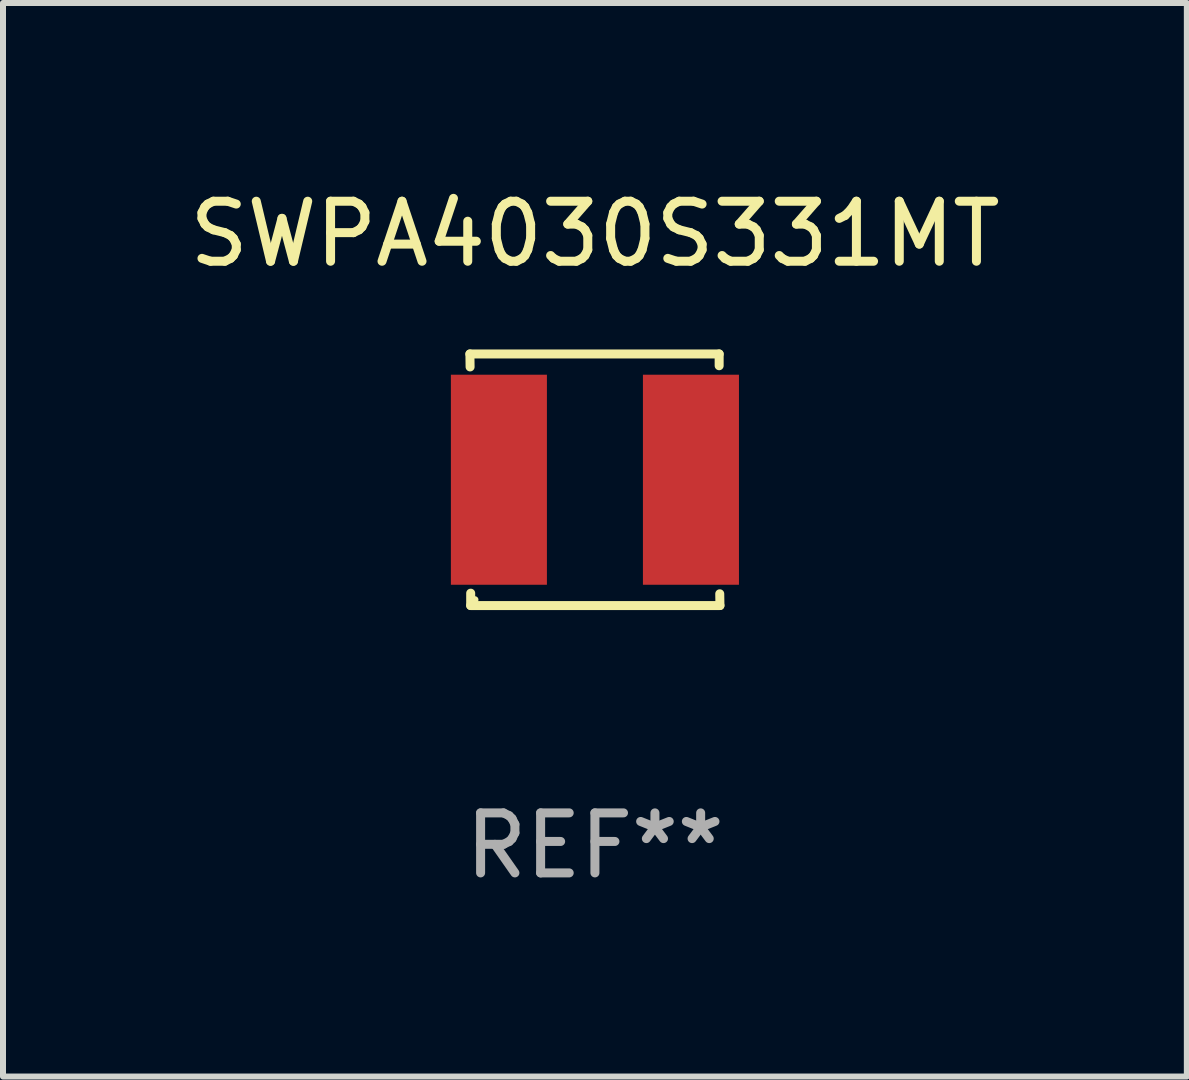
<source format=kicad_pcb>
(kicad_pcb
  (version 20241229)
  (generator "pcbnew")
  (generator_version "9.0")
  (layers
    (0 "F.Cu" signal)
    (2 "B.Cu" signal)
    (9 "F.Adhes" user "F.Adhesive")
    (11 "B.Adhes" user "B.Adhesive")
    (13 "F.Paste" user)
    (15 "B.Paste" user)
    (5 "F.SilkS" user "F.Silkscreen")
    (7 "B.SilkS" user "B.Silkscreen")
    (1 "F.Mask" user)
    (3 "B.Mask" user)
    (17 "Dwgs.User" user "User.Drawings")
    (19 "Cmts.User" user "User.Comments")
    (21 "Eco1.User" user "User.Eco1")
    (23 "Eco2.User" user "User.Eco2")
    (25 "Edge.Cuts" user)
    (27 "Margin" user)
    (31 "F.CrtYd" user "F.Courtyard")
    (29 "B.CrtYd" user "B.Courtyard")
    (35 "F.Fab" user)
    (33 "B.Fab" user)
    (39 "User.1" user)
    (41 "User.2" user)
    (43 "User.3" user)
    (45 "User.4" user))
  (footprint "SWPA4030S331MT"
    (layer "F.Cu")
    (at 6.863 4.944)
    (property "Reference" "SWPA4030S331MT" (at 0 -4.096 0) (layer "F.SilkS") (effects (font (size 1 1) (thickness 0.15))))
    (attr through_hole)
    (fp_line (start -2.083 -2.096) (end -2.08 -1.88) (stroke (width 0.15) (type solid)) (layer "F.SilkS"))
    (fp_line (start -2.07 1.89) (end -2.07 2.096) (stroke (width 0.15) (type solid)) (layer "F.SilkS"))
    (fp_line (start -2.07 2.096) (end 2.083 2.096) (stroke (width 0.15) (type solid)) (layer "F.SilkS"))
    (fp_line (start 2.07 -1.9) (end 2.07 -2.096) (stroke (width 0.15) (type solid)) (layer "F.SilkS"))
    (fp_line (start 2.07 -2.096) (end -2.083 -2.096) (stroke (width 0.15) (type solid)) (layer "F.SilkS"))
    (fp_line (start 2.083 2.096) (end 2.08 1.9) (stroke (width 0.15) (type solid)) (layer "F.SilkS"))
    (fp_circle (center -2 2) (end -1.97 2) (stroke (width 0.06) (type solid)) (fill no) (layer "F.SilkS"))
    (fp_text user "REF**" (at 0 6.096 0) (layer "F.Fab") (effects (font (size 1 1) (thickness 0.15))))
    (pad "1" smd rect (at -1.6 -0.000343) (size 1.6 3.5) (layers "F.Cu" "F.Mask" "F.Paste"))
    (pad "2" smd rect (at 1.6 -0.000343) (size 1.6 3.5) (layers "F.Cu" "F.Mask" "F.Paste")))
  (gr_rect
    (start -3 -3)
    (end 16.726 14.888)
    (stroke (width 0.1) (type default))
    (fill no)
    (layer "Edge.Cuts")))
</source>
